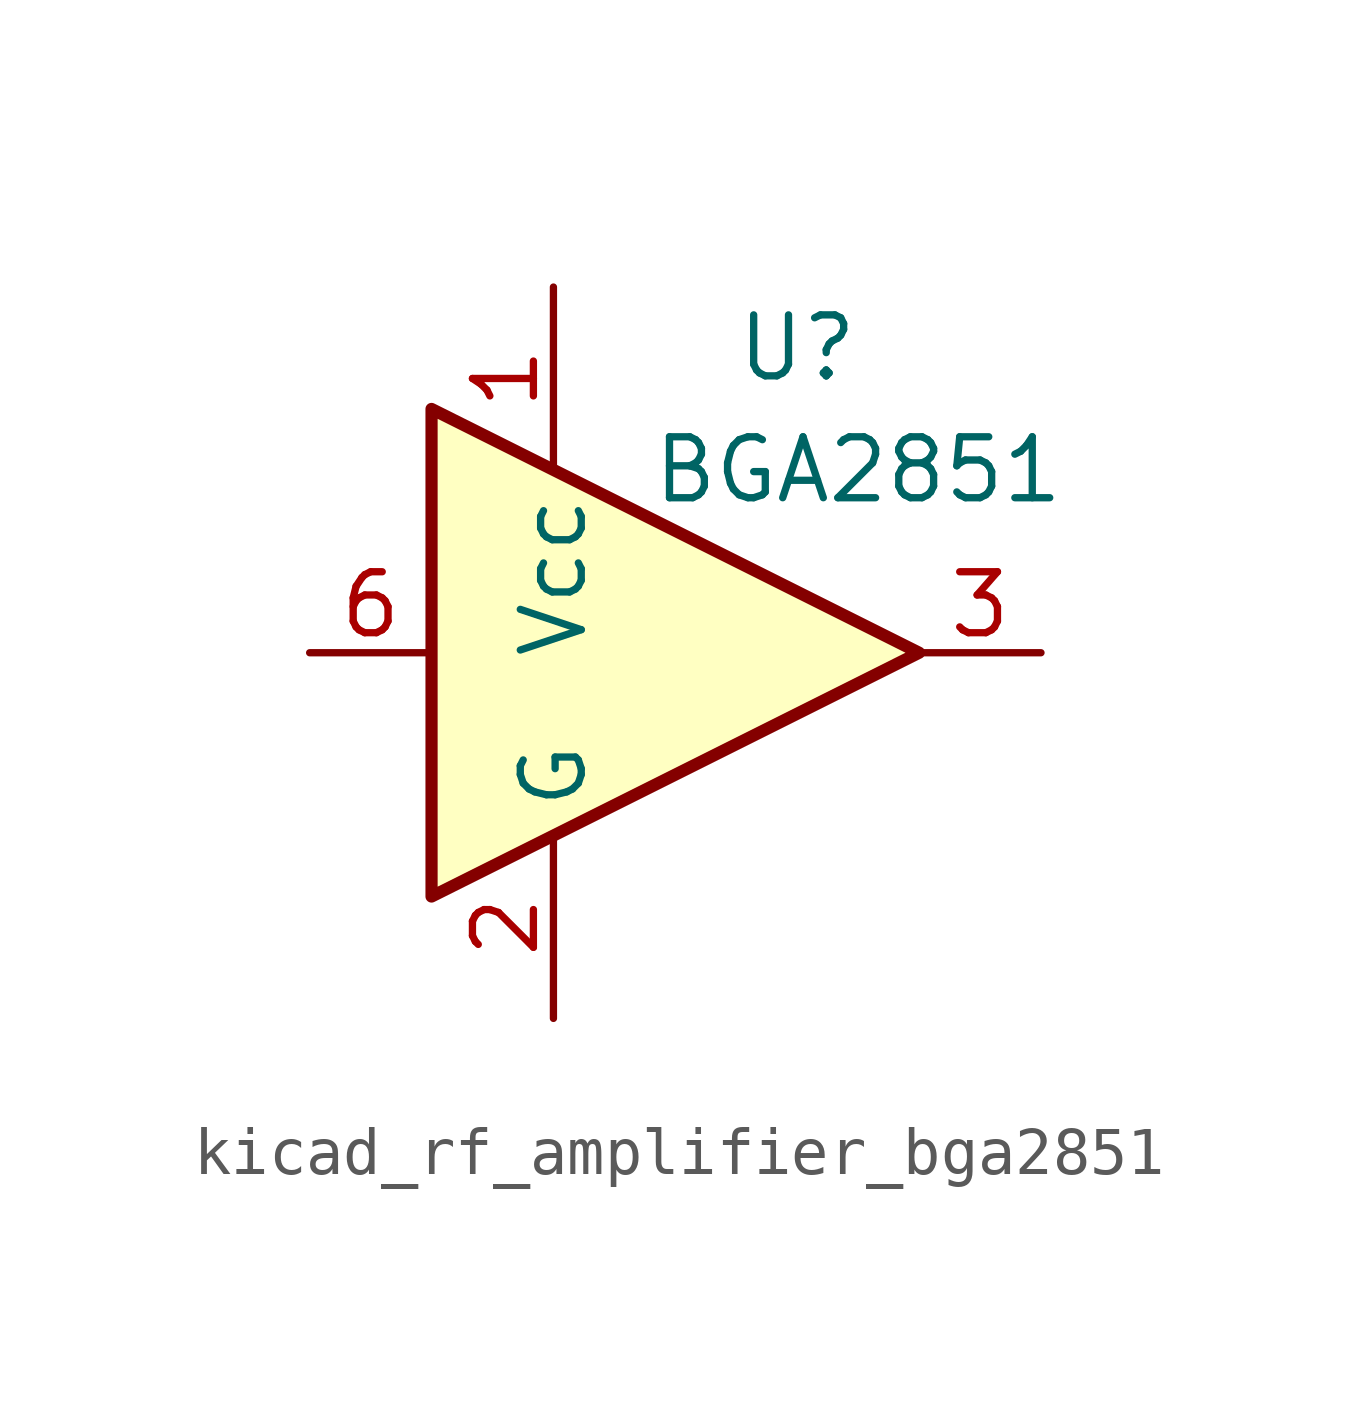
<source format=kicad_sym>
(kicad_symbol_lib
  (version 20220914)
  (generator kicad_symbol_editor)
  (symbol "kicad_rf_amplifier_bga2851"
    (property "Reference" "U"
      (at 2.54 6.35 0)
      (effects (font (size 1.27 1.27))))
    (property "Value" "BGA2851"
      (at 3.81 3.81 0)
      (effects (font (size 1.27 1.27))))
    (symbol "kicad_rf_amplifier_bga2851_0_1"
      (polyline (pts (xy 5.08 0) (xy -5.08 5.08) (xy -5.08 -5.08) (xy 5.08 0)) (stroke (width 0.254) (type default)) (fill (type background))))
    (symbol "kicad_rf_amplifier_bga2851_1_1"
      (pin power_in line (at -2.54 7.62 270) (length 3.81) (name "Vcc" (effects (font (size 1.27 1.27)))) (number "1" (effects (font (size 1.27 1.27)))))
      (pin power_in line (at -2.54 -7.62 90) (length 3.81) (name "G" (effects (font (size 1.27 1.27)))) (number "2" (effects (font (size 1.27 1.27)))))
      (pin output line (at 7.62 0 180) (length 2.54) (name "~" (effects (font (size 1.27 1.27)))) (number "3" (effects (font (size 1.27 1.27)))))
      (pin passive line (at -2.54 -7.62 90) (length 3.81) hide (name "G" (effects (font (size 1.27 1.27)))) (number "4" (effects (font (size 1.27 1.27)))))
      (pin passive line (at -2.54 -7.62 90) (length 3.81) hide (name "G" (effects (font (size 1.27 1.27)))) (number "5" (effects (font (size 1.27 1.27)))))
      (pin input line (at -7.62 0 0) (length 2.54) (name "~" (effects (font (size 1.27 1.27)))) (number "6" (effects (font (size 1.27 1.27))))))))
</source>
